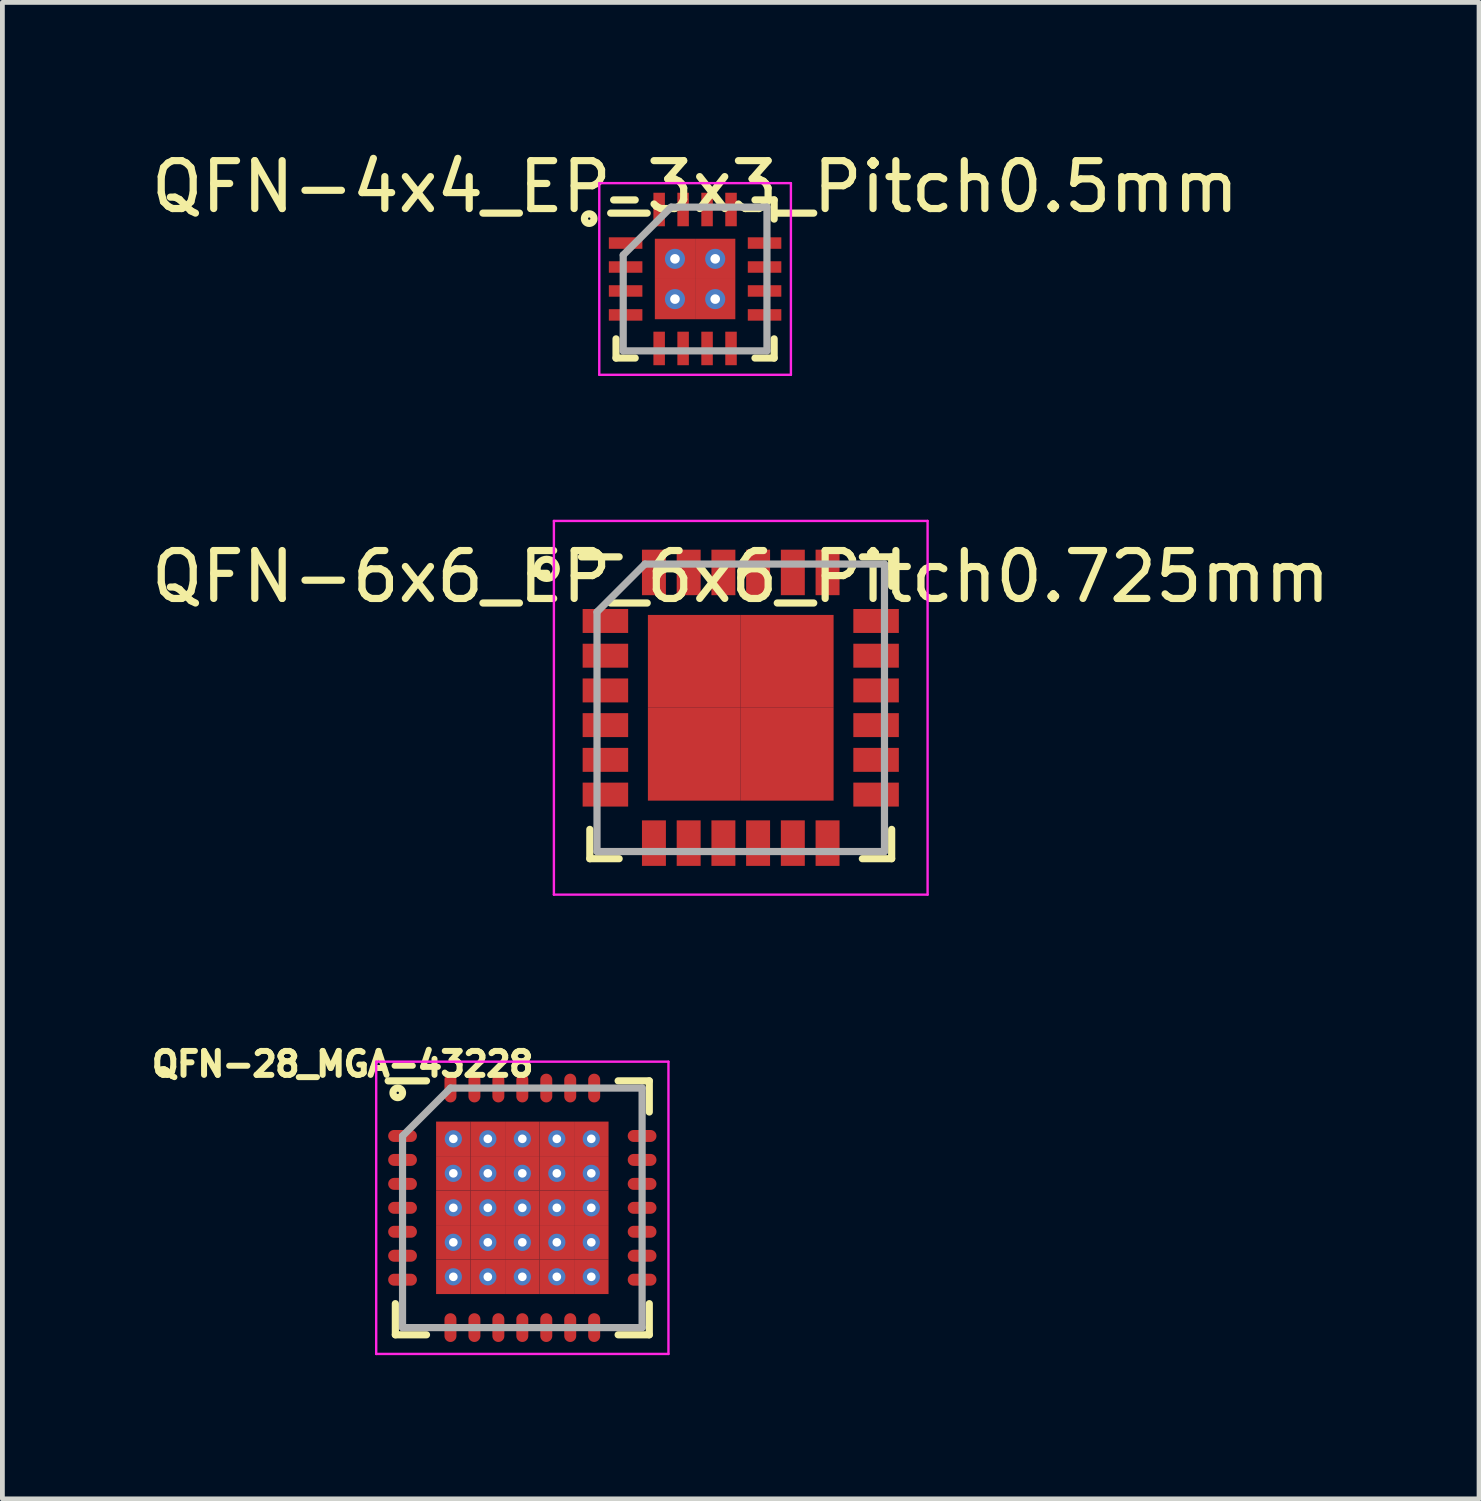
<source format=kicad_pcb>
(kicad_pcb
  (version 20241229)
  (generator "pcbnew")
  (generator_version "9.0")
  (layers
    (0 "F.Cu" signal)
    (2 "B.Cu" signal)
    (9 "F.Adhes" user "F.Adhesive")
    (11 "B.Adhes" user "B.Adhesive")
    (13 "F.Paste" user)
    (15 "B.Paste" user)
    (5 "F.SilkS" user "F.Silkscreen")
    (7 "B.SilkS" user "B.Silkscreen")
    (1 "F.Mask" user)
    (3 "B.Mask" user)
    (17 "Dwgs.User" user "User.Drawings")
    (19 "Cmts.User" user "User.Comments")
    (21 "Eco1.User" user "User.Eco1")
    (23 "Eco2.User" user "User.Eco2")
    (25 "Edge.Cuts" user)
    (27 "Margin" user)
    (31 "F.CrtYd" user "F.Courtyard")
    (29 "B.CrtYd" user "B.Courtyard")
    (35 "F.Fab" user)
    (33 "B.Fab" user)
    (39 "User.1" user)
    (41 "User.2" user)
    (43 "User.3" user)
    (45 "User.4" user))
  (footprint "QFN-28_MGA-43228"
    (layer "F.Cu")
    (at 7.852 22.16)
    (property "Reference" "QFN-28_MGA-43228" (at -3.75 -3 0) (layer "F.SilkS") (effects (font (size 0.5 0.5) (thickness 0.125))))
    (attr smd)
    (fp_line (start -2.65 2.65) (end -2.65 2) (stroke (width 0.15) (type solid)) (layer "F.SilkS"))
    (fp_line (start -2 -2.65) (end -2.8 -2.65) (stroke (width 0.15) (type solid)) (layer "F.SilkS"))
    (fp_line (start -2 2.65) (end -2.65 2.65) (stroke (width 0.15) (type solid)) (layer "F.SilkS"))
    (fp_line (start 2 -2.65) (end 2.65 -2.65) (stroke (width 0.15) (type solid)) (layer "F.SilkS"))
    (fp_line (start 2 2.65) (end 2.65 2.65) (stroke (width 0.15) (type solid)) (layer "F.SilkS"))
    (fp_line (start 2.65 -2.65) (end 2.65 -2) (stroke (width 0.15) (type solid)) (layer "F.SilkS"))
    (fp_line (start 2.65 2.65) (end 2.65 2) (stroke (width 0.15) (type solid)) (layer "F.SilkS"))
    (fp_circle (center -2.6 -2.4) (end -2.6 -2.3) (stroke (width 0.15) (type solid)) (fill no) (layer "F.SilkS"))
    (fp_line (start -3.05 -3.05) (end 3.05 -3.05) (stroke (width 0.05) (type solid)) (layer "F.CrtYd"))
    (fp_line (start -3.05 3.05) (end -3.05 -3.05) (stroke (width 0.05) (type solid)) (layer "F.CrtYd"))
    (fp_line (start 3.05 -3.05) (end 3.05 3.05) (stroke (width 0.05) (type solid)) (layer "F.CrtYd"))
    (fp_line (start 3.05 3.05) (end -3.05 3.05) (stroke (width 0.05) (type solid)) (layer "F.CrtYd"))
    (fp_line (start -2.5 -1.5) (end -2.5 2.5) (stroke (width 0.15) (type solid)) (layer "F.Fab"))
    (fp_line (start -2.5 2.5) (end 2.5 2.5) (stroke (width 0.15) (type solid)) (layer "F.Fab"))
    (fp_line (start -1.5 -2.5) (end -2.5 -1.5) (stroke (width 0.15) (type solid)) (layer "F.Fab"))
    (fp_line (start 2.5 -2.5) (end -1.5 -2.5) (stroke (width 0.15) (type solid)) (layer "F.Fab"))
    (fp_line (start 2.5 2.5) (end 2.5 -2.5) (stroke (width 0.15) (type solid)) (layer "F.Fab"))
    (pad "1" smd oval (at -2.5 -1.5 90) (size 0.25 0.6) (layers "F.Cu" "F.Mask" "F.Paste"))
    (pad "2" smd oval (at -2.5 -1 90) (size 0.25 0.6) (layers "F.Cu" "F.Mask" "F.Paste"))
    (pad "3" smd oval (at -2.5 -0.5 90) (size 0.25 0.6) (layers "F.Cu" "F.Mask" "F.Paste"))
    (pad "4" smd oval (at -2.5 0 90) (size 0.25 0.6) (layers "F.Cu" "F.Mask" "F.Paste"))
    (pad "5" smd oval (at -2.5 0.5 90) (size 0.25 0.6) (layers "F.Cu" "F.Mask" "F.Paste"))
    (pad "6" smd oval (at -2.5 1 90) (size 0.25 0.6) (layers "F.Cu" "F.Mask" "F.Paste"))
    (pad "7" smd oval (at -2.5 1.5 90) (size 0.25 0.6) (layers "F.Cu" "F.Mask" "F.Paste"))
    (pad "8" smd oval (at -1.5 2.5) (size 0.25 0.6) (layers "F.Cu" "F.Mask" "F.Paste"))
    (pad "9" smd oval (at -1 2.5) (size 0.25 0.6) (layers "F.Cu" "F.Mask" "F.Paste"))
    (pad "10" smd oval (at -0.5 2.5) (size 0.25 0.6) (layers "F.Cu" "F.Mask" "F.Paste"))
    (pad "11" smd oval (at 0 2.5) (size 0.25 0.6) (layers "F.Cu" "F.Mask" "F.Paste"))
    (pad "12" smd oval (at 0.5 2.5) (size 0.25 0.6) (layers "F.Cu" "F.Mask" "F.Paste"))
    (pad "13" smd oval (at 1 2.5) (size 0.25 0.6) (layers "F.Cu" "F.Mask" "F.Paste"))
    (pad "14" smd oval (at 1.5 2.5) (size 0.25 0.6) (layers "F.Cu" "F.Mask" "F.Paste"))
    (pad "15" smd oval (at 2.5 1.5 90) (size 0.25 0.6) (layers "F.Cu" "F.Mask" "F.Paste"))
    (pad "16" smd oval (at 2.5 1 90) (size 0.25 0.6) (layers "F.Cu" "F.Mask" "F.Paste"))
    (pad "17" smd oval (at 2.5 0.5 90) (size 0.25 0.6) (layers "F.Cu" "F.Mask" "F.Paste"))
    (pad "18" smd oval (at 2.5 0 90) (size 0.25 0.6) (layers "F.Cu" "F.Mask" "F.Paste"))
    (pad "19" smd oval (at 2.5 -0.5 90) (size 0.25 0.6) (layers "F.Cu" "F.Mask" "F.Paste"))
    (pad "20" smd oval (at 2.5 -1 90) (size 0.25 0.6) (layers "F.Cu" "F.Mask" "F.Paste"))
    (pad "21" smd oval (at 2.5 -1.5 90) (size 0.25 0.6) (layers "F.Cu" "F.Mask" "F.Paste"))
    (pad "22" smd oval (at 1.5 -2.5) (size 0.25 0.6) (layers "F.Cu" "F.Mask" "F.Paste"))
    (pad "23" smd oval (at 1 -2.5) (size 0.25 0.6) (layers "F.Cu" "F.Mask" "F.Paste"))
    (pad "24" smd oval (at 0.5 -2.5) (size 0.25 0.6) (layers "F.Cu" "F.Mask" "F.Paste"))
    (pad "25" smd oval (at 0 -2.5) (size 0.25 0.6) (layers "F.Cu" "F.Mask" "F.Paste"))
    (pad "26" smd oval (at -0.5 -2.5) (size 0.25 0.6) (layers "F.Cu" "F.Mask" "F.Paste"))
    (pad "27" smd oval (at -1 -2.5) (size 0.25 0.6) (layers "F.Cu" "F.Mask" "F.Paste"))
    (pad "28" smd oval (at -1.5 -2.5) (size 0.25 0.6) (layers "F.Cu" "F.Mask" "F.Paste"))
    (pad "29" thru_hole circle (at -1.44 -1.44) (size 0.36 0.36) (drill 0.18) (layers "*.Cu" "*.Mask"))
    (pad "29" smd rect (at -1.44 -1.44) (size 0.72 0.72) (layers "F.Cu" "F.Mask" "F.Paste"))
    (pad "29" thru_hole circle (at -1.44 -0.72) (size 0.36 0.36) (drill 0.18) (layers "*.Cu" "*.Mask"))
    (pad "29" smd rect (at -1.44 -0.72) (size 0.72 0.72) (layers "F.Cu" "F.Mask" "F.Paste"))
    (pad "29" thru_hole circle (at -1.44 0) (size 0.36 0.36) (drill 0.18) (layers "*.Cu" "*.Mask"))
    (pad "29" smd rect (at -1.44 0) (size 0.72 0.72) (layers "F.Cu" "F.Mask" "F.Paste"))
    (pad "29" thru_hole circle (at -1.44 0.72) (size 0.36 0.36) (drill 0.18) (layers "*.Cu" "*.Mask"))
    (pad "29" smd rect (at -1.44 0.72) (size 0.72 0.72) (layers "F.Cu" "F.Mask" "F.Paste"))
    (pad "29" thru_hole circle (at -1.44 1.44) (size 0.36 0.36) (drill 0.18) (layers "*.Cu" "*.Mask"))
    (pad "29" smd rect (at -1.44 1.44) (size 0.72 0.72) (layers "F.Cu" "F.Mask" "F.Paste"))
    (pad "29" thru_hole circle (at -0.72 -1.44) (size 0.36 0.36) (drill 0.18) (layers "*.Cu" "*.Mask"))
    (pad "29" smd rect (at -0.72 -1.44) (size 0.72 0.72) (layers "F.Cu" "F.Mask" "F.Paste"))
    (pad "29" thru_hole circle (at -0.72 -0.72) (size 0.36 0.36) (drill 0.18) (layers "*.Cu" "*.Mask"))
    (pad "29" smd rect (at -0.72 -0.72) (size 0.72 0.72) (layers "F.Cu" "F.Mask" "F.Paste"))
    (pad "29" thru_hole circle (at -0.72 0) (size 0.36 0.36) (drill 0.18) (layers "*.Cu" "*.Mask"))
    (pad "29" smd rect (at -0.72 0) (size 0.72 0.72) (layers "F.Cu" "F.Mask" "F.Paste"))
    (pad "29" thru_hole circle (at -0.72 0.72) (size 0.36 0.36) (drill 0.18) (layers "*.Cu" "*.Mask"))
    (pad "29" smd rect (at -0.72 0.72) (size 0.72 0.72) (layers "F.Cu" "F.Mask" "F.Paste"))
    (pad "29" thru_hole circle (at -0.72 1.44) (size 0.36 0.36) (drill 0.18) (layers "*.Cu" "*.Mask"))
    (pad "29" smd rect (at -0.72 1.44) (size 0.72 0.72) (layers "F.Cu" "F.Mask" "F.Paste"))
    (pad "29" thru_hole circle (at 0 -1.44) (size 0.36 0.36) (drill 0.18) (layers "*.Cu" "*.Mask"))
    (pad "29" smd rect (at 0 -1.44) (size 0.72 0.72) (layers "F.Cu" "F.Mask" "F.Paste"))
    (pad "29" thru_hole circle (at 0 -0.72) (size 0.36 0.36) (drill 0.18) (layers "*.Cu" "*.Mask"))
    (pad "29" smd rect (at 0 -0.72) (size 0.72 0.72) (layers "F.Cu" "F.Mask" "F.Paste"))
    (pad "29" thru_hole circle (at 0 0) (size 0.36 0.36) (drill 0.18) (layers "*.Cu" "*.Mask"))
    (pad "29" smd rect (at 0 0) (size 0.72 0.72) (layers "F.Cu" "F.Mask" "F.Paste"))
    (pad "29" thru_hole circle (at 0 0.72) (size 0.36 0.36) (drill 0.18) (layers "*.Cu" "*.Mask"))
    (pad "29" smd rect (at 0 0.72) (size 0.72 0.72) (layers "F.Cu" "F.Mask" "F.Paste"))
    (pad "29" thru_hole circle (at 0 1.44) (size 0.36 0.36) (drill 0.18) (layers "*.Cu" "*.Mask"))
    (pad "29" smd rect (at 0 1.44) (size 0.72 0.72) (layers "F.Cu" "F.Mask" "F.Paste"))
    (pad "29" thru_hole circle (at 0.72 -1.44) (size 0.36 0.36) (drill 0.18) (layers "*.Cu" "*.Mask"))
    (pad "29" smd rect (at 0.72 -1.44) (size 0.72 0.72) (layers "F.Cu" "F.Mask" "F.Paste"))
    (pad "29" thru_hole circle (at 0.72 -0.72) (size 0.36 0.36) (drill 0.18) (layers "*.Cu" "*.Mask"))
    (pad "29" smd rect (at 0.72 -0.72) (size 0.72 0.72) (layers "F.Cu" "F.Mask" "F.Paste"))
    (pad "29" thru_hole circle (at 0.72 0) (size 0.36 0.36) (drill 0.18) (layers "*.Cu" "*.Mask"))
    (pad "29" smd rect (at 0.72 0) (size 0.72 0.72) (layers "F.Cu" "F.Mask" "F.Paste"))
    (pad "29" thru_hole circle (at 0.72 0.72) (size 0.36 0.36) (drill 0.18) (layers "*.Cu" "*.Mask"))
    (pad "29" smd rect (at 0.72 0.72) (size 0.72 0.72) (layers "F.Cu" "F.Mask" "F.Paste"))
    (pad "29" thru_hole circle (at 0.72 1.44) (size 0.36 0.36) (drill 0.18) (layers "*.Cu" "*.Mask"))
    (pad "29" smd rect (at 0.72 1.44) (size 0.72 0.72) (layers "F.Cu" "F.Mask" "F.Paste"))
    (pad "29" thru_hole circle (at 1.44 -1.44) (size 0.36 0.36) (drill 0.18) (layers "*.Cu" "*.Mask"))
    (pad "29" smd rect (at 1.44 -1.44) (size 0.72 0.72) (layers "F.Cu" "F.Mask" "F.Paste"))
    (pad "29" thru_hole circle (at 1.44 -0.72) (size 0.36 0.36) (drill 0.18) (layers "*.Cu" "*.Mask"))
    (pad "29" smd rect (at 1.44 -0.72) (size 0.72 0.72) (layers "F.Cu" "F.Mask" "F.Paste"))
    (pad "29" thru_hole circle (at 1.44 0) (size 0.36 0.36) (drill 0.18) (layers "*.Cu" "*.Mask"))
    (pad "29" smd rect (at 1.44 0) (size 0.72 0.72) (layers "F.Cu" "F.Mask" "F.Paste"))
    (pad "29" thru_hole circle (at 1.44 0.72) (size 0.36 0.36) (drill 0.18) (layers "*.Cu" "*.Mask"))
    (pad "29" smd rect (at 1.44 0.72) (size 0.72 0.72) (layers "F.Cu" "F.Mask" "F.Paste"))
    (pad "29" thru_hole circle (at 1.44 1.44) (size 0.36 0.36) (drill 0.18) (layers "*.Cu" "*.Mask"))
    (pad "29" smd rect (at 1.44 1.44) (size 0.72 0.72) (layers "F.Cu" "F.Mask" "F.Paste")))
  (footprint "QFN-4x4_EP_3x3_Pitch0.5mm"
    (layer "F.Cu")
    (at 11.458 2.773)
    (property "Reference" "QFN-4x4_EP_3x3_Pitch0.5mm" (at 0 -1.925 0) (layer "F.SilkS") (effects (font (size 1 1) (thickness 0.15))))
    (attr through_hole)
    (fp_line (start -1.65 1.65) (end -1.65 1.25) (stroke (width 0.15) (type default)) (layer "F.SilkS"))
    (fp_line (start -1.25 -1.65) (end -1.7 -1.65) (stroke (width 0.15) (type default)) (layer "F.SilkS"))
    (fp_line (start -1.25 1.65) (end -1.65 1.65) (stroke (width 0.15) (type default)) (layer "F.SilkS"))
    (fp_line (start 1.25 -1.65) (end 1.65 -1.65) (stroke (width 0.15) (type default)) (layer "F.SilkS"))
    (fp_line (start 1.25 1.65) (end 1.65 1.65) (stroke (width 0.15) (type default)) (layer "F.SilkS"))
    (fp_line (start 1.65 -1.65) (end 1.65 -1.25) (stroke (width 0.15) (type default)) (layer "F.SilkS"))
    (fp_line (start 1.65 1.65) (end 1.65 1.25) (stroke (width 0.15) (type default)) (layer "F.SilkS"))
    (fp_circle (center -2.21 -1.26) (end -2.21 -1.16) (stroke (width 0.15) (type default)) (fill no) (layer "F.SilkS"))
    (fp_line (start -2 -2) (end 2 -2) (stroke (width 0.05) (type default)) (layer "F.CrtYd"))
    (fp_line (start -2 2) (end -2 -2) (stroke (width 0.05) (type default)) (layer "F.CrtYd"))
    (fp_line (start 2 -2) (end 2 2) (stroke (width 0.05) (type default)) (layer "F.CrtYd"))
    (fp_line (start 2 2) (end -2 2) (stroke (width 0.05) (type default)) (layer "F.CrtYd"))
    (fp_line (start -1.5 -0.5) (end -1.5 1.5) (stroke (width 0.15) (type default)) (layer "F.Fab"))
    (fp_line (start -1.5 1.5) (end 1.5 1.5) (stroke (width 0.15) (type default)) (layer "F.Fab"))
    (fp_line (start -0.5 -1.5) (end -1.5 -0.5) (stroke (width 0.15) (type default)) (layer "F.Fab"))
    (fp_line (start 1.5 -1.5) (end -0.5 -1.5) (stroke (width 0.15) (type default)) (layer "F.Fab"))
    (fp_line (start 1.5 1.5) (end 1.5 -1.5) (stroke (width 0.15) (type default)) (layer "F.Fab"))
    (pad "1" smd rect (at -1.45 -0.75 90) (size 0.24 0.7) (layers "F.Cu" "F.Mask" "F.Paste"))
    (pad "2" smd rect (at -1.45 -0.25 90) (size 0.24 0.7) (layers "F.Cu" "F.Mask" "F.Paste"))
    (pad "3" smd rect (at -1.45 0.25 90) (size 0.24 0.7) (layers "F.Cu" "F.Mask" "F.Paste"))
    (pad "4" smd rect (at -1.45 0.75 90) (size 0.24 0.7) (layers "F.Cu" "F.Mask" "F.Paste"))
    (pad "5" smd rect (at -0.75 1.45) (size 0.24 0.7) (layers "F.Cu" "F.Mask" "F.Paste"))
    (pad "6" smd rect (at -0.25 1.45) (size 0.24 0.7) (layers "F.Cu" "F.Mask" "F.Paste"))
    (pad "7" smd rect (at 0.25 1.45) (size 0.24 0.7) (layers "F.Cu" "F.Mask" "F.Paste"))
    (pad "8" smd rect (at 0.75 1.45) (size 0.24 0.7) (layers "F.Cu" "F.Mask" "F.Paste"))
    (pad "9" smd rect (at 1.45 0.75 90) (size 0.24 0.7) (layers "F.Cu" "F.Mask" "F.Paste"))
    (pad "10" smd rect (at 1.45 0.25 90) (size 0.24 0.7) (layers "F.Cu" "F.Mask" "F.Paste"))
    (pad "11" smd rect (at 1.45 -0.25 90) (size 0.24 0.7) (layers "F.Cu" "F.Mask" "F.Paste"))
    (pad "12" smd rect (at 1.45 -0.75 90) (size 0.24 0.7) (layers "F.Cu" "F.Mask" "F.Paste"))
    (pad "13" smd rect (at 0.75 -1.45) (size 0.24 0.7) (layers "F.Cu" "F.Mask" "F.Paste"))
    (pad "14" smd rect (at 0.25 -1.45) (size 0.24 0.7) (layers "F.Cu" "F.Mask" "F.Paste"))
    (pad "15" smd rect (at -0.25 -1.45) (size 0.24 0.7) (layers "F.Cu" "F.Mask" "F.Paste"))
    (pad "16" smd rect (at -0.75 -1.45) (size 0.24 0.7) (layers "F.Cu" "F.Mask" "F.Paste"))
    (pad "17" thru_hole circle (at -0.42 -0.42) (size 0.42 0.42) (drill 0.2) (layers "*.Cu" "*.Mask"))
    (pad "17" smd rect (at -0.42 -0.42) (size 0.84 0.84) (layers "F.Cu" "F.Mask" "F.Paste"))
    (pad "17" thru_hole circle (at -0.42 0.42) (size 0.42 0.42) (drill 0.2) (layers "*.Cu" "*.Mask"))
    (pad "17" smd rect (at -0.42 0.42) (size 0.84 0.84) (layers "F.Cu" "F.Mask" "F.Paste"))
    (pad "17" thru_hole circle (at 0.42 -0.42) (size 0.42 0.42) (drill 0.2) (layers "*.Cu" "*.Mask"))
    (pad "17" smd rect (at 0.42 -0.42) (size 0.84 0.84) (layers "F.Cu" "F.Mask" "F.Paste"))
    (pad "17" thru_hole circle (at 0.42 0.42) (size 0.42 0.42) (drill 0.2) (layers "*.Cu" "*.Mask"))
    (pad "17" smd rect (at 0.42 0.42) (size 0.84 0.84) (layers "F.Cu" "F.Mask" "F.Paste")))
  (footprint "QFN-6x6_EP_6x6_Pitch0.725mm"
    (layer "F.Cu")
    (at 12.411 11.723)
    (property "Reference" "QFN-6x6_EP_6x6_Pitch0.725mm" (at 0 -2.737 0) (layer "F.SilkS") (effects (font (size 1 1) (thickness 0.15))))
    (attr through_hole)
    (fp_line (start -3.15 3.15) (end -3.15 2.538) (stroke (width 0.15) (type default)) (layer "F.SilkS"))
    (fp_line (start -2.538 -3.15) (end -3.325 -3.15) (stroke (width 0.15) (type default)) (layer "F.SilkS"))
    (fp_line (start -2.538 3.15) (end -3.15 3.15) (stroke (width 0.15) (type default)) (layer "F.SilkS"))
    (fp_line (start 2.538 -3.15) (end 3.15 -3.15) (stroke (width 0.15) (type default)) (layer "F.SilkS"))
    (fp_line (start 2.538 3.15) (end 3.15 3.15) (stroke (width 0.15) (type default)) (layer "F.SilkS"))
    (fp_line (start 3.15 -3.15) (end 3.15 -2.538) (stroke (width 0.15) (type default)) (layer "F.SilkS"))
    (fp_line (start 3.15 3.15) (end 3.15 2.538) (stroke (width 0.15) (type default)) (layer "F.SilkS"))
    (fp_circle (center -4.05 -2.9) (end -4.05 -2.7) (stroke (width 0.15) (type default)) (fill no) (layer "F.SilkS"))
    (fp_line (start -3.9 -3.9) (end 3.9 -3.9) (stroke (width 0.05) (type default)) (layer "F.CrtYd"))
    (fp_line (start -3.9 3.9) (end -3.9 -3.9) (stroke (width 0.05) (type default)) (layer "F.CrtYd"))
    (fp_line (start 3.9 -3.9) (end 3.9 3.9) (stroke (width 0.05) (type default)) (layer "F.CrtYd"))
    (fp_line (start 3.9 3.9) (end -3.9 3.9) (stroke (width 0.05) (type default)) (layer "F.CrtYd"))
    (fp_line (start -3 -2) (end -3 3) (stroke (width 0.15) (type default)) (layer "F.Fab"))
    (fp_line (start -3 3) (end 3 3) (stroke (width 0.15) (type default)) (layer "F.Fab"))
    (fp_line (start -2 -3) (end -3 -2) (stroke (width 0.15) (type default)) (layer "F.Fab"))
    (fp_line (start 3 -3) (end -2 -3) (stroke (width 0.15) (type default)) (layer "F.Fab"))
    (fp_line (start 3 3) (end 3 -3) (stroke (width 0.15) (type default)) (layer "F.Fab"))
    (pad "1" smd rect (at -2.825 -1.812 90) (size 0.5 0.95) (layers "F.Cu" "F.Mask" "F.Paste"))
    (pad "2" smd rect (at -2.825 -1.087 90) (size 0.5 0.95) (layers "F.Cu" "F.Mask" "F.Paste"))
    (pad "3" smd rect (at -2.825 -0.362 90) (size 0.5 0.95) (layers "F.Cu" "F.Mask" "F.Paste"))
    (pad "4" smd rect (at -2.825 0.362 90) (size 0.5 0.95) (layers "F.Cu" "F.Mask" "F.Paste"))
    (pad "5" smd rect (at -2.825 1.087 90) (size 0.5 0.95) (layers "F.Cu" "F.Mask" "F.Paste"))
    (pad "6" smd rect (at -2.825 1.812 90) (size 0.5 0.95) (layers "F.Cu" "F.Mask" "F.Paste"))
    (pad "7" smd rect (at -1.812 2.825) (size 0.5 0.95) (layers "F.Cu" "F.Mask" "F.Paste"))
    (pad "8" smd rect (at -1.087 2.825) (size 0.5 0.95) (layers "F.Cu" "F.Mask" "F.Paste"))
    (pad "9" smd rect (at -0.362 2.825) (size 0.5 0.95) (layers "F.Cu" "F.Mask" "F.Paste"))
    (pad "10" smd rect (at 0.362 2.825) (size 0.5 0.95) (layers "F.Cu" "F.Mask" "F.Paste"))
    (pad "11" smd rect (at 1.087 2.825) (size 0.5 0.95) (layers "F.Cu" "F.Mask" "F.Paste"))
    (pad "12" smd rect (at 1.812 2.825) (size 0.5 0.95) (layers "F.Cu" "F.Mask" "F.Paste"))
    (pad "13" smd rect (at 2.825 1.812 90) (size 0.5 0.95) (layers "F.Cu" "F.Mask" "F.Paste"))
    (pad "14" smd rect (at 2.825 1.087 90) (size 0.5 0.95) (layers "F.Cu" "F.Mask" "F.Paste"))
    (pad "15" smd rect (at 2.825 0.362 90) (size 0.5 0.95) (layers "F.Cu" "F.Mask" "F.Paste"))
    (pad "16" smd rect (at 2.825 -0.362 90) (size 0.5 0.95) (layers "F.Cu" "F.Mask" "F.Paste"))
    (pad "17" smd rect (at 2.825 -1.087 90) (size 0.5 0.95) (layers "F.Cu" "F.Mask" "F.Paste"))
    (pad "18" smd rect (at 2.825 -1.812 90) (size 0.5 0.95) (layers "F.Cu" "F.Mask" "F.Paste"))
    (pad "19" smd rect (at 1.812 -2.825) (size 0.5 0.95) (layers "F.Cu" "F.Mask" "F.Paste"))
    (pad "20" smd rect (at 1.087 -2.825) (size 0.5 0.95) (layers "F.Cu" "F.Mask" "F.Paste"))
    (pad "21" smd rect (at 0.362 -2.825) (size 0.5 0.95) (layers "F.Cu" "F.Mask" "F.Paste"))
    (pad "22" smd rect (at -0.362 -2.825) (size 0.5 0.95) (layers "F.Cu" "F.Mask" "F.Paste"))
    (pad "23" smd rect (at -1.087 -2.825) (size 0.5 0.95) (layers "F.Cu" "F.Mask" "F.Paste"))
    (pad "24" smd rect (at -1.812 -2.825) (size 0.5 0.95) (layers "F.Cu" "F.Mask" "F.Paste"))
    (pad "25" smd rect (at -0.969 -0.969) (size 1.938 1.938) (layers "F.Cu" "F.Mask" "F.Paste"))
    (pad "25" smd rect (at -0.969 0.969) (size 1.938 1.938) (layers "F.Cu" "F.Mask" "F.Paste"))
    (pad "25" smd rect (at 0.969 -0.969) (size 1.938 1.938) (layers "F.Cu" "F.Mask" "F.Paste"))
    (pad "25" smd rect (at 0.969 0.969) (size 1.938 1.938) (layers "F.Cu" "F.Mask" "F.Paste")))
  (gr_rect
    (start -3 -3)
    (end 27.821 28.235)
    (stroke (width 0.1) (type default))
    (fill no)
    (layer "Edge.Cuts")))
</source>
